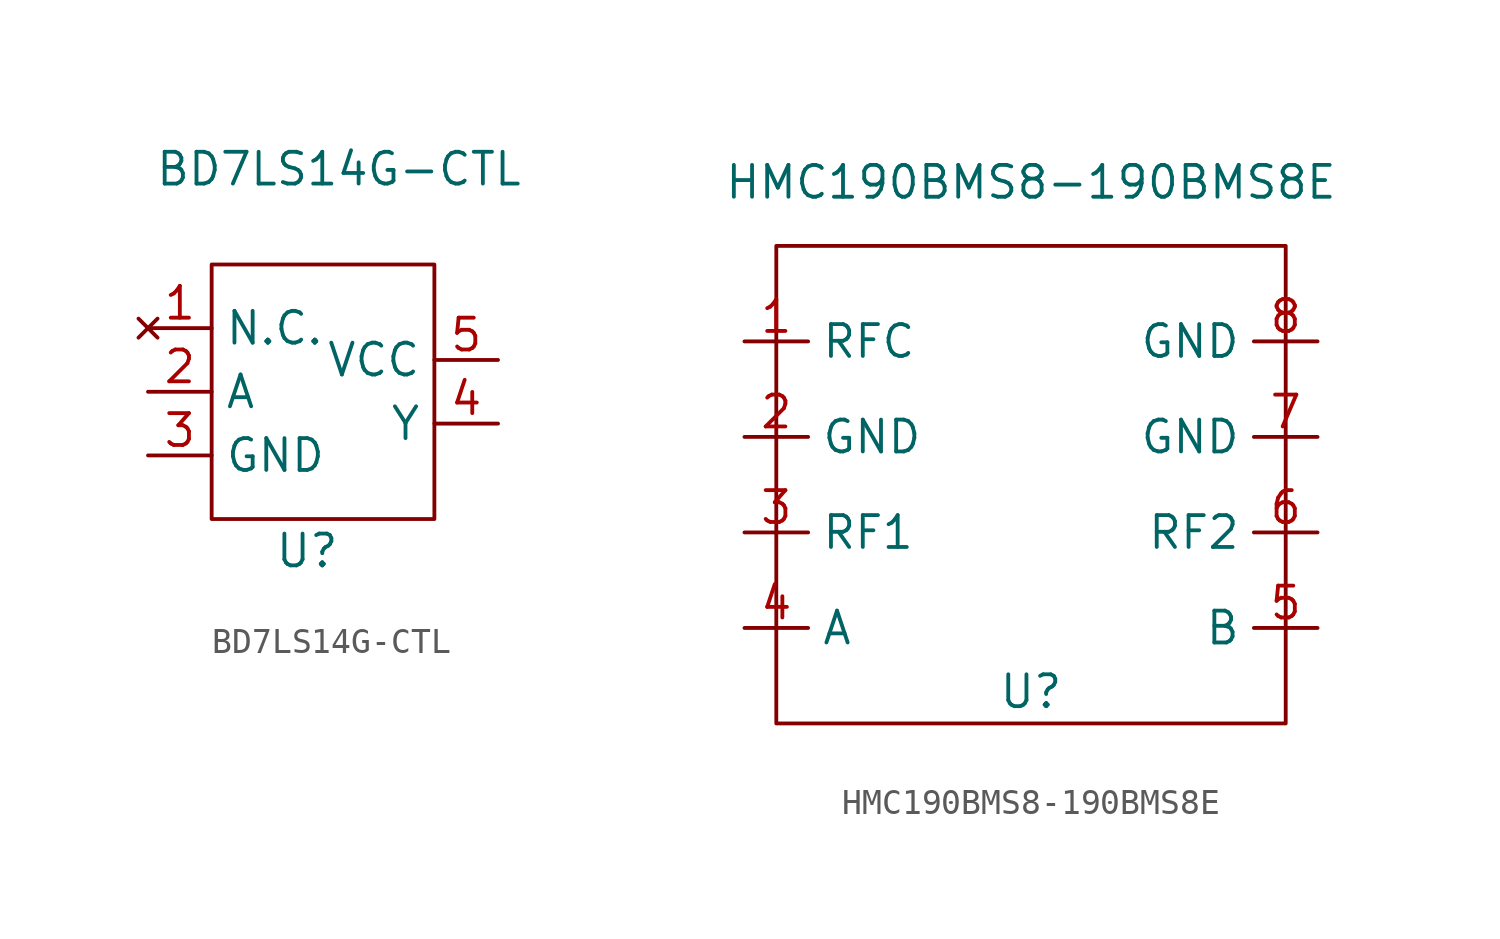
<source format=kicad_sym>
(kicad_symbol_lib
  (version 20211014)
  (generator kicad_symbol_editor)
  (symbol "BD7LS14G-CTL"
    (property "Reference" "U"
      (at -1.27 -7.62 0)
      (effects (font (size 1.27 1.27))))
    (property "Value" "BD7LS14G-CTL"
      (at 0 7.62 0)
      (effects (font (size 1.27 1.27))))
    (symbol "BD7LS14G-CTL_0_1"
      (rectangle (start -5.08 3.81) (end 3.81 -6.35) (stroke (width 0) (type default) (color 0 0 0 0)) (fill (type none))))
    (symbol "BD7LS14G-CTL_1_1"
      (pin no_connect line (at -7.62 1.27 0) (length 2.54) (name "N.C." (effects (font (size 1.27 1.27)))) (number "1" (effects (font (size 1.27 1.27)))))
      (pin input line (at -7.62 -1.27 0) (length 2.54) (name "A" (effects (font (size 1.27 1.27)))) (number "2" (effects (font (size 1.27 1.27)))))
      (pin output line (at -7.62 -3.81 0) (length 2.54) (name "GND" (effects (font (size 1.27 1.27)))) (number "3" (effects (font (size 1.27 1.27)))))
      (pin output line (at 6.35 -2.54 180) (length 2.54) (name "Y" (effects (font (size 1.27 1.27)))) (number "4" (effects (font (size 1.27 1.27)))))
      (pin output line (at 6.35 0 180) (length 2.54) (name "VCC" (effects (font (size 1.27 1.27)))) (number "5" (effects (font (size 1.27 1.27)))))))
  (symbol "HMC190BMS8-190BMS8E"
    (property "Reference" "U"
      (at 0 -8.89 0)
      (effects (font (size 1.27 1.27))))
    (property "Value" "HMC190BMS8-190BMS8E"
      (at 0 11.43 0)
      (effects (font (size 1.27 1.27))))
    (symbol "HMC190BMS8-190BMS8E_0_1"
      (rectangle (start -10.16 8.89) (end 10.16 -10.16) (stroke (width 0) (type default) (color 0 0 0 0)) (fill (type none))))
    (symbol "HMC190BMS8-190BMS8E_1_1"
      (pin bidirectional line (at -11.43 5.08 0) (length 2.54) (name "RFC" (effects (font (size 1.27 1.27)))) (number "1" (effects (font (size 1.27 1.27)))))
      (pin output line (at -11.43 1.27 0) (length 2.54) (name "GND" (effects (font (size 1.27 1.27)))) (number "2" (effects (font (size 1.27 1.27)))))
      (pin bidirectional line (at -11.43 -2.54 0) (length 2.54) (name "RF1" (effects (font (size 1.27 1.27)))) (number "3" (effects (font (size 1.27 1.27)))))
      (pin input line (at -11.43 -6.35 0) (length 2.54) (name "A" (effects (font (size 1.27 1.27)))) (number "4" (effects (font (size 1.27 1.27)))))
      (pin input line (at 11.43 -6.35 180) (length 2.54) (name "B" (effects (font (size 1.27 1.27)))) (number "5" (effects (font (size 1.27 1.27)))))
      (pin bidirectional line (at 11.43 -2.54 180) (length 2.54) (name "RF2" (effects (font (size 1.27 1.27)))) (number "6" (effects (font (size 1.27 1.27)))))
      (pin output line (at 11.43 1.27 180) (length 2.54) (name "GND" (effects (font (size 1.27 1.27)))) (number "7" (effects (font (size 1.27 1.27)))))
      (pin output line (at 11.43 5.08 180) (length 2.54) (name "GND" (effects (font (size 1.27 1.27)))) (number "8" (effects (font (size 1.27 1.27))))))))
</source>
